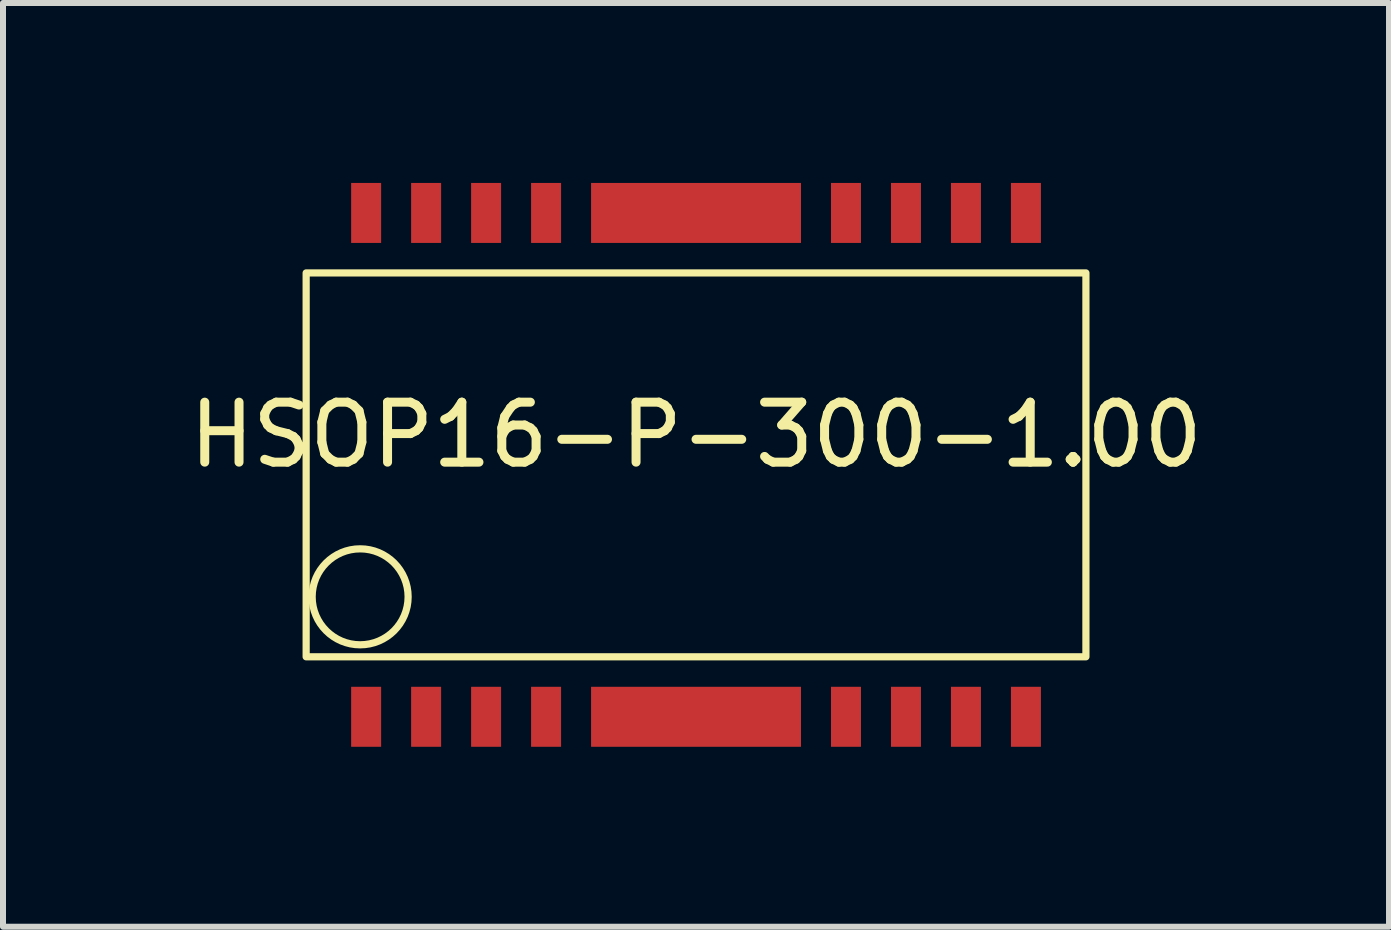
<source format=kicad_pcb>
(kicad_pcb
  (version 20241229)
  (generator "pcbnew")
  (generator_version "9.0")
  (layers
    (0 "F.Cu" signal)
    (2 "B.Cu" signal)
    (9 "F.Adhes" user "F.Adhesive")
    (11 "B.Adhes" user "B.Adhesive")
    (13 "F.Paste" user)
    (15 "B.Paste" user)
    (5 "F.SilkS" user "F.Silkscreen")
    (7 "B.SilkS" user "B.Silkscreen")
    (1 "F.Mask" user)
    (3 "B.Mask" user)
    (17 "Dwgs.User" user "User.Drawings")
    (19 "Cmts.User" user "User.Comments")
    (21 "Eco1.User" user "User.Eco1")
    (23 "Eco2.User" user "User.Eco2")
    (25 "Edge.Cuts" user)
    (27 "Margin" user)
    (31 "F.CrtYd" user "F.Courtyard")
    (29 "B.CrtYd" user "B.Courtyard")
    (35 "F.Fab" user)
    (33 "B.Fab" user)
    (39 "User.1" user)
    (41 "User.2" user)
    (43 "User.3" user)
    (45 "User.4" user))
  (footprint "HSOP16-P-300-1.00"
    (layer "F.Cu")
    (at 8.554 4.7)
    (property "Reference" "HSOP16-P-300-1.00" (at 0 -0.5 0) (unlocked yes) (layer "F.SilkS") (effects (font (size 1 1) (thickness 0.15))))
    (attr smd)
    (fp_rect (start -6.5 -3.2) (end 6.5 3.2) (stroke (width 0.12) (type solid)) (fill no) (layer "F.SilkS"))
    (fp_circle (center -5.6 2.2) (end -4.8 2.2) (stroke (width 0.12) (type solid)) (fill no) (layer "F.SilkS"))
    (pad "1" smd rect (at -5.5 4.2) (size 0.5 1) (layers "F.Cu" "F.Mask" "F.Paste"))
    (pad "2" smd rect (at -4.5 4.2) (size 0.5 1) (layers "F.Cu" "F.Mask" "F.Paste"))
    (pad "3" smd rect (at -3.5 4.2) (size 0.5 1) (layers "F.Cu" "F.Mask" "F.Paste"))
    (pad "4" smd rect (at -2.5 4.2) (size 0.5 1) (layers "F.Cu" "F.Mask" "F.Paste"))
    (pad "5" smd rect (at 2.5 4.2) (size 0.5 1) (layers "F.Cu" "F.Mask" "F.Paste"))
    (pad "6" smd rect (at 3.5 4.2) (size 0.5 1) (layers "F.Cu" "F.Mask" "F.Paste"))
    (pad "7" smd rect (at 4.5 4.2) (size 0.5 1) (layers "F.Cu" "F.Mask" "F.Paste"))
    (pad "8" smd rect (at 5.5 4.2) (size 0.5 1) (layers "F.Cu" "F.Mask" "F.Paste"))
    (pad "9" smd rect (at 5.5 -4.2) (size 0.5 1) (layers "F.Cu" "F.Mask" "F.Paste"))
    (pad "10" smd rect (at 4.5 -4.2) (size 0.5 1) (layers "F.Cu" "F.Mask" "F.Paste"))
    (pad "11" smd rect (at 3.5 -4.2) (size 0.5 1) (layers "F.Cu" "F.Mask" "F.Paste"))
    (pad "12" smd rect (at 2.5 -4.2) (size 0.5 1) (layers "F.Cu" "F.Mask" "F.Paste"))
    (pad "13" smd rect (at -2.5 -4.2) (size 0.5 1) (layers "F.Cu" "F.Mask" "F.Paste"))
    (pad "14" smd rect (at -3.5 -4.2) (size 0.5 1) (layers "F.Cu" "F.Mask" "F.Paste"))
    (pad "15" smd rect (at -4.5 -4.2) (size 0.5 1) (layers "F.Cu" "F.Mask" "F.Paste"))
    (pad "16" smd rect (at -5.5 -4.2) (size 0.5 1) (layers "F.Cu" "F.Mask" "F.Paste"))
    (pad "FIN" smd rect (at 0 -4.2) (size 3.5 1) (layers "F.Cu" "F.Mask" "F.Paste"))
    (pad "FIN" smd rect (at 0 4.2) (size 3.5 1) (layers "F.Cu" "F.Mask" "F.Paste")))
  (gr_rect
    (start -3 -3)
    (end 20.107 12.4)
    (stroke (width 0.1) (type default))
    (fill no)
    (layer "Edge.Cuts")))
</source>
